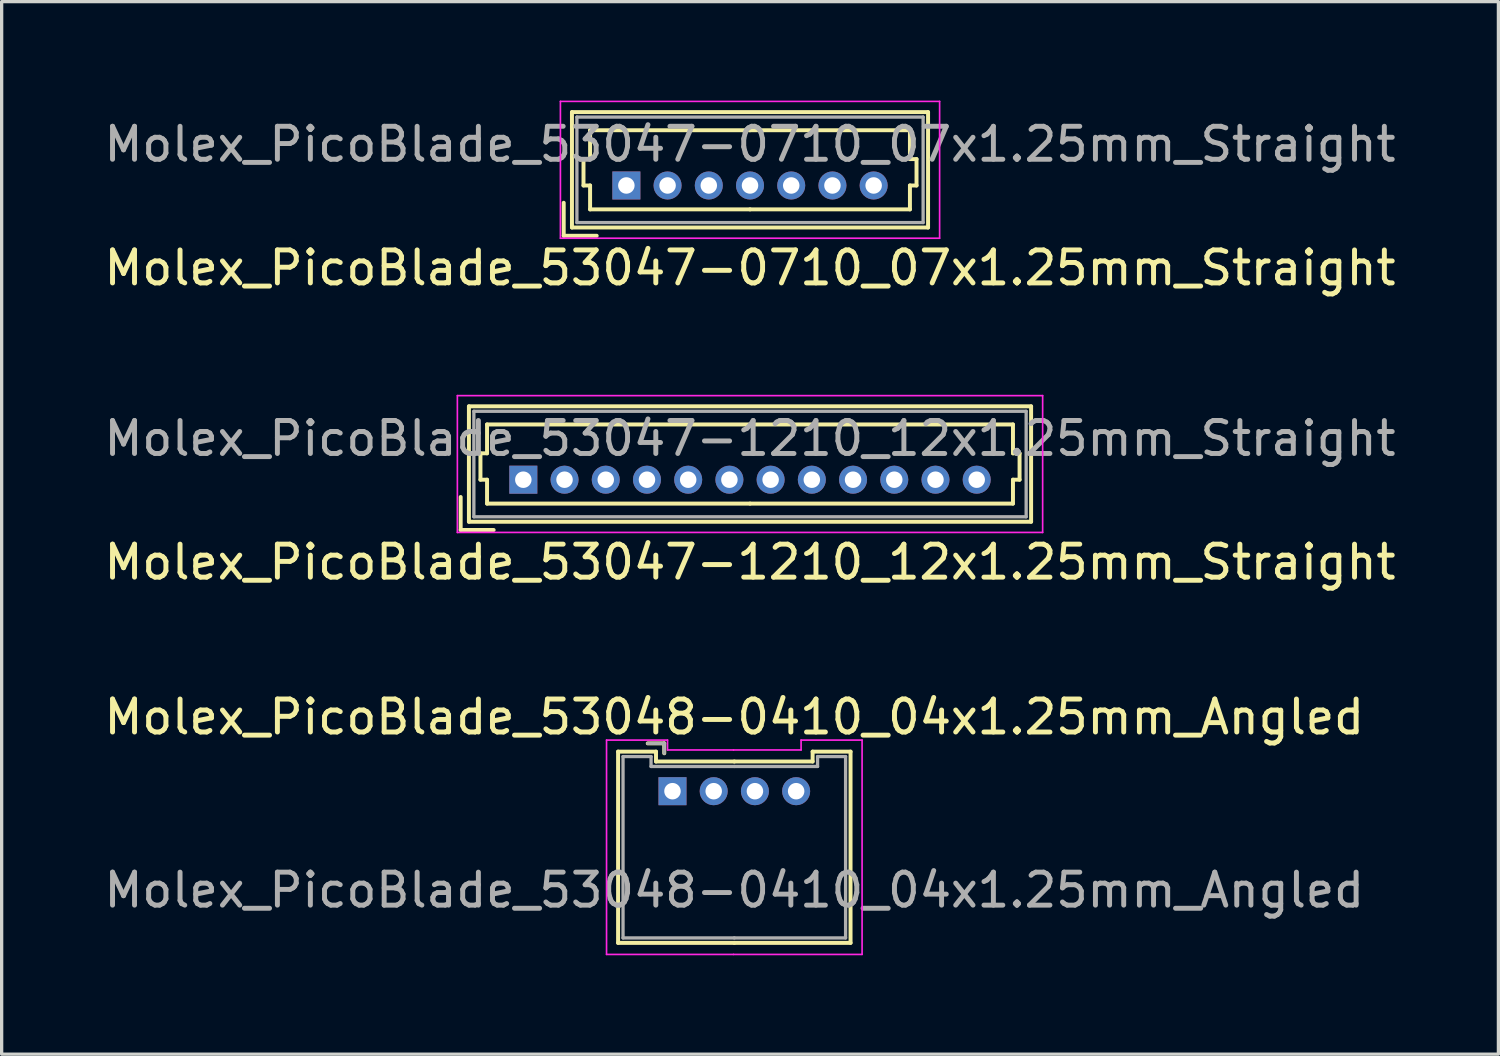
<source format=kicad_pcb>
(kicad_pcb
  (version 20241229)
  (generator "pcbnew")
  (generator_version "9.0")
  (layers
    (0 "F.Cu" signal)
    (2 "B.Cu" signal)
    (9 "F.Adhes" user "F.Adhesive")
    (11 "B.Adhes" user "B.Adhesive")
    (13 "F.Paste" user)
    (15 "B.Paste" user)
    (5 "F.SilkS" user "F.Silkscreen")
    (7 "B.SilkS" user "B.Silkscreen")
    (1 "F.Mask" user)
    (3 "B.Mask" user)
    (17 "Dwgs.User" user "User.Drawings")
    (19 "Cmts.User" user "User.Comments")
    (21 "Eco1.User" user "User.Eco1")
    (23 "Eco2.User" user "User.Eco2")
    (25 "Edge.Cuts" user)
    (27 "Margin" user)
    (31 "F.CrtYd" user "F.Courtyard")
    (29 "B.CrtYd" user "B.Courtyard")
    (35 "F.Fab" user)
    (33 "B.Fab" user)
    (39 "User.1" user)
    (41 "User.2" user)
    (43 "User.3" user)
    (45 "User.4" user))
  (footprint "Molex_PicoBlade_53047-1210_12x1.25mm_Straight"
    (layer "F.Cu")
    (at 12.821 11.498)
    (property "Reference" "Molex_PicoBlade_53047-1210_12x1.25mm_Straight" (at 6.875 2.5 0) (layer "F.SilkS") (effects (font (size 1 1) (thickness 0.15))))
    (attr through_hole)
    (fp_line (start -1.9 1.525) (end -1.9 0.525) (stroke (width 0.12) (type solid)) (layer "F.SilkS"))
    (fp_line (start -1.9 1.525) (end -0.9 1.525) (stroke (width 0.12) (type solid)) (layer "F.SilkS"))
    (fp_line (start -1.65 -2.225) (end -1.65 1.275) (stroke (width 0.12) (type solid)) (layer "F.SilkS"))
    (fp_line (start -1.65 1.275) (end 15.4 1.275) (stroke (width 0.12) (type solid)) (layer "F.SilkS"))
    (fp_line (start -1.3 -0.8) (end -1.1 -0.8) (stroke (width 0.12) (type solid)) (layer "F.SilkS"))
    (fp_line (start -1.3 0) (end -1.3 -0.8) (stroke (width 0.12) (type solid)) (layer "F.SilkS"))
    (fp_line (start -1.1 -1.675) (end 6.875 -1.675) (stroke (width 0.12) (type solid)) (layer "F.SilkS"))
    (fp_line (start -1.1 -0.8) (end -1.1 -1.675) (stroke (width 0.12) (type solid)) (layer "F.SilkS"))
    (fp_line (start -1.1 0) (end -1.3 0) (stroke (width 0.12) (type solid)) (layer "F.SilkS"))
    (fp_line (start -1.1 0.725) (end -1.1 0) (stroke (width 0.12) (type solid)) (layer "F.SilkS"))
    (fp_line (start 6.875 0.725) (end -1.1 0.725) (stroke (width 0.12) (type solid)) (layer "F.SilkS"))
    (fp_line (start 6.875 0.725) (end 14.85 0.725) (stroke (width 0.12) (type solid)) (layer "F.SilkS"))
    (fp_line (start 14.85 -1.675) (end 6.875 -1.675) (stroke (width 0.12) (type solid)) (layer "F.SilkS"))
    (fp_line (start 14.85 -0.8) (end 14.85 -1.675) (stroke (width 0.12) (type solid)) (layer "F.SilkS"))
    (fp_line (start 14.85 0) (end 15.05 0) (stroke (width 0.12) (type solid)) (layer "F.SilkS"))
    (fp_line (start 14.85 0.725) (end 14.85 0) (stroke (width 0.12) (type solid)) (layer "F.SilkS"))
    (fp_line (start 15.05 -0.8) (end 14.85 -0.8) (stroke (width 0.12) (type solid)) (layer "F.SilkS"))
    (fp_line (start 15.05 0) (end 15.05 -0.8) (stroke (width 0.12) (type solid)) (layer "F.SilkS"))
    (fp_line (start 15.4 -2.225) (end -1.65 -2.225) (stroke (width 0.12) (type solid)) (layer "F.SilkS"))
    (fp_line (start 15.4 1.275) (end 15.4 -2.225) (stroke (width 0.12) (type solid)) (layer "F.SilkS"))
    (fp_line (start -2 -2.55) (end -2 1.6) (stroke (width 0.05) (type solid)) (layer "F.CrtYd"))
    (fp_line (start -2 1.6) (end 15.75 1.6) (stroke (width 0.05) (type solid)) (layer "F.CrtYd"))
    (fp_line (start 15.75 -2.55) (end -2 -2.55) (stroke (width 0.05) (type solid)) (layer "F.CrtYd"))
    (fp_line (start 15.75 1.6) (end 15.75 -2.55) (stroke (width 0.05) (type solid)) (layer "F.CrtYd"))
    (fp_line (start -1.5 -2.075) (end -1.5 1.125) (stroke (width 0.1) (type solid)) (layer "F.Fab"))
    (fp_line (start -1.5 1.125) (end 15.25 1.125) (stroke (width 0.1) (type solid)) (layer "F.Fab"))
    (fp_line (start 15.25 -2.075) (end -1.5 -2.075) (stroke (width 0.1) (type solid)) (layer "F.Fab"))
    (fp_line (start 15.25 1.125) (end 15.25 -2.075) (stroke (width 0.1) (type solid)) (layer "F.Fab"))
    (fp_text user "${REFERENCE}" (at 6.875 -1.25 0) (layer "F.Fab") (effects (font (size 1 1) (thickness 0.15))))
    (pad "1" thru_hole rect (at 0 0) (size 0.85 0.85) (drill 0.5) (layers "*.Cu" "*.Mask"))
    (pad "2" thru_hole circle (at 1.25 0) (size 0.85 0.85) (drill 0.5) (layers "*.Cu" "*.Mask"))
    (pad "3" thru_hole circle (at 2.5 0) (size 0.85 0.85) (drill 0.5) (layers "*.Cu" "*.Mask"))
    (pad "4" thru_hole circle (at 3.75 0) (size 0.85 0.85) (drill 0.5) (layers "*.Cu" "*.Mask"))
    (pad "5" thru_hole circle (at 5 0) (size 0.85 0.85) (drill 0.5) (layers "*.Cu" "*.Mask"))
    (pad "6" thru_hole circle (at 6.25 0) (size 0.85 0.85) (drill 0.5) (layers "*.Cu" "*.Mask"))
    (pad "7" thru_hole circle (at 7.5 0) (size 0.85 0.85) (drill 0.5) (layers "*.Cu" "*.Mask"))
    (pad "8" thru_hole circle (at 8.75 0) (size 0.85 0.85) (drill 0.5) (layers "*.Cu" "*.Mask"))
    (pad "9" thru_hole circle (at 10 0) (size 0.85 0.85) (drill 0.5) (layers "*.Cu" "*.Mask"))
    (pad "10" thru_hole circle (at 11.25 0) (size 0.85 0.85) (drill 0.5) (layers "*.Cu" "*.Mask"))
    (pad "11" thru_hole circle (at 12.5 0) (size 0.85 0.85) (drill 0.5) (layers "*.Cu" "*.Mask"))
    (pad "12" thru_hole circle (at 13.75 0) (size 0.85 0.85) (drill 0.5) (layers "*.Cu" "*.Mask")))
  (footprint "Molex_PicoBlade_53048-0410_04x1.25mm_Angled"
    (layer "F.Cu")
    (at 17.345 20.945)
    (property "Reference" "Molex_PicoBlade_53048-0410_04x1.25mm_Angled" (at 1.875 -2.25 0) (layer "F.SilkS") (effects (font (size 1 1) (thickness 0.15))))
    (attr through_hole)
    (fp_line (start -1.65 -1.2) (end -1.65 4.6) (stroke (width 0.12) (type solid)) (layer "F.SilkS"))
    (fp_line (start -1.65 4.6) (end 1.875 4.6) (stroke (width 0.12) (type solid)) (layer "F.SilkS"))
    (fp_line (start -0.5 -1.2) (end -1.65 -1.2) (stroke (width 0.12) (type solid)) (layer "F.SilkS"))
    (fp_line (start -0.5 -0.9) (end -0.5 -1.2) (stroke (width 0.12) (type solid)) (layer "F.SilkS"))
    (fp_line (start -0.25 -1.45) (end -0.75 -1.45) (stroke (width 0.12) (type solid)) (layer "F.SilkS"))
    (fp_line (start -0.25 -1.15) (end -0.25 -1.45) (stroke (width 0.12) (type solid)) (layer "F.SilkS"))
    (fp_line (start 1.875 -0.9) (end -0.5 -0.9) (stroke (width 0.12) (type solid)) (layer "F.SilkS"))
    (fp_line (start 1.875 -0.9) (end 4.25 -0.9) (stroke (width 0.12) (type solid)) (layer "F.SilkS"))
    (fp_line (start 4.25 -1.2) (end 5.4 -1.2) (stroke (width 0.12) (type solid)) (layer "F.SilkS"))
    (fp_line (start 4.25 -0.9) (end 4.25 -1.2) (stroke (width 0.12) (type solid)) (layer "F.SilkS"))
    (fp_line (start 5.4 -1.2) (end 5.4 4.6) (stroke (width 0.12) (type solid)) (layer "F.SilkS"))
    (fp_line (start 5.4 4.6) (end 1.875 4.6) (stroke (width 0.12) (type solid)) (layer "F.SilkS"))
    (fp_line (start -2 -1.55) (end -2 4.95) (stroke (width 0.05) (type solid)) (layer "F.CrtYd"))
    (fp_line (start -2 4.95) (end 1.85 4.95) (stroke (width 0.05) (type solid)) (layer "F.CrtYd"))
    (fp_line (start -0.15 -1.55) (end -2 -1.55) (stroke (width 0.05) (type solid)) (layer "F.CrtYd"))
    (fp_line (start -0.15 -1.25) (end -0.15 -1.55) (stroke (width 0.05) (type solid)) (layer "F.CrtYd"))
    (fp_line (start 1.85 -1.25) (end -0.15 -1.25) (stroke (width 0.05) (type solid)) (layer "F.CrtYd"))
    (fp_line (start 1.85 -1.25) (end 3.9 -1.25) (stroke (width 0.05) (type solid)) (layer "F.CrtYd"))
    (fp_line (start 3.9 -1.55) (end 5.75 -1.55) (stroke (width 0.05) (type solid)) (layer "F.CrtYd"))
    (fp_line (start 3.9 -1.25) (end 3.9 -1.55) (stroke (width 0.05) (type solid)) (layer "F.CrtYd"))
    (fp_line (start 5.75 -1.55) (end 5.75 4.95) (stroke (width 0.05) (type solid)) (layer "F.CrtYd"))
    (fp_line (start 5.75 4.95) (end 1.85 4.95) (stroke (width 0.05) (type solid)) (layer "F.CrtYd"))
    (fp_line (start -1.5 -1.05) (end -1.5 4.45) (stroke (width 0.1) (type solid)) (layer "F.Fab"))
    (fp_line (start -1.5 4.45) (end 1.875 4.45) (stroke (width 0.1) (type solid)) (layer "F.Fab"))
    (fp_line (start -0.65 -1.05) (end -1.5 -1.05) (stroke (width 0.1) (type solid)) (layer "F.Fab"))
    (fp_line (start -0.65 -0.75) (end -0.65 -1.05) (stroke (width 0.1) (type solid)) (layer "F.Fab"))
    (fp_line (start -0.25 -1.45) (end -0.75 -1.45) (stroke (width 0.1) (type solid)) (layer "F.Fab"))
    (fp_line (start -0.25 -1.15) (end -0.25 -1.45) (stroke (width 0.1) (type solid)) (layer "F.Fab"))
    (fp_line (start 1.875 -0.75) (end -0.65 -0.75) (stroke (width 0.1) (type solid)) (layer "F.Fab"))
    (fp_line (start 1.875 -0.75) (end 4.4 -0.75) (stroke (width 0.1) (type solid)) (layer "F.Fab"))
    (fp_line (start 4.4 -1.05) (end 5.25 -1.05) (stroke (width 0.1) (type solid)) (layer "F.Fab"))
    (fp_line (start 4.4 -0.75) (end 4.4 -1.05) (stroke (width 0.1) (type solid)) (layer "F.Fab"))
    (fp_line (start 5.25 -1.05) (end 5.25 4.45) (stroke (width 0.1) (type solid)) (layer "F.Fab"))
    (fp_line (start 5.25 4.45) (end 1.875 4.45) (stroke (width 0.1) (type solid)) (layer "F.Fab"))
    (fp_text user "${REFERENCE}" (at 1.875 3 0) (layer "F.Fab") (effects (font (size 1 1) (thickness 0.15))))
    (pad "1" thru_hole rect (at 0 0) (size 0.85 0.85) (drill 0.5) (layers "*.Cu" "*.Mask"))
    (pad "2" thru_hole circle (at 1.25 0) (size 0.85 0.85) (drill 0.5) (layers "*.Cu" "*.Mask"))
    (pad "3" thru_hole circle (at 2.5 0) (size 0.85 0.85) (drill 0.5) (layers "*.Cu" "*.Mask"))
    (pad "4" thru_hole circle (at 3.75 0) (size 0.85 0.85) (drill 0.5) (layers "*.Cu" "*.Mask")))
  (footprint "Molex_PicoBlade_53047-0710_07x1.25mm_Straight"
    (layer "F.Cu")
    (at 15.946 2.575)
    (property "Reference" "Molex_PicoBlade_53047-0710_07x1.25mm_Straight" (at 3.75 2.5 0) (layer "F.SilkS") (effects (font (size 1 1) (thickness 0.15))))
    (attr through_hole)
    (fp_line (start -1.9 1.525) (end -1.9 0.525) (stroke (width 0.12) (type solid)) (layer "F.SilkS"))
    (fp_line (start -1.9 1.525) (end -0.9 1.525) (stroke (width 0.12) (type solid)) (layer "F.SilkS"))
    (fp_line (start -1.65 -2.225) (end -1.65 1.275) (stroke (width 0.12) (type solid)) (layer "F.SilkS"))
    (fp_line (start -1.65 1.275) (end 9.15 1.275) (stroke (width 0.12) (type solid)) (layer "F.SilkS"))
    (fp_line (start -1.3 -0.8) (end -1.1 -0.8) (stroke (width 0.12) (type solid)) (layer "F.SilkS"))
    (fp_line (start -1.3 0) (end -1.3 -0.8) (stroke (width 0.12) (type solid)) (layer "F.SilkS"))
    (fp_line (start -1.1 -1.675) (end 3.75 -1.675) (stroke (width 0.12) (type solid)) (layer "F.SilkS"))
    (fp_line (start -1.1 -0.8) (end -1.1 -1.675) (stroke (width 0.12) (type solid)) (layer "F.SilkS"))
    (fp_line (start -1.1 0) (end -1.3 0) (stroke (width 0.12) (type solid)) (layer "F.SilkS"))
    (fp_line (start -1.1 0.725) (end -1.1 0) (stroke (width 0.12) (type solid)) (layer "F.SilkS"))
    (fp_line (start 3.75 0.725) (end -1.1 0.725) (stroke (width 0.12) (type solid)) (layer "F.SilkS"))
    (fp_line (start 3.75 0.725) (end 8.6 0.725) (stroke (width 0.12) (type solid)) (layer "F.SilkS"))
    (fp_line (start 8.6 -1.675) (end 3.75 -1.675) (stroke (width 0.12) (type solid)) (layer "F.SilkS"))
    (fp_line (start 8.6 -0.8) (end 8.6 -1.675) (stroke (width 0.12) (type solid)) (layer "F.SilkS"))
    (fp_line (start 8.6 0) (end 8.8 0) (stroke (width 0.12) (type solid)) (layer "F.SilkS"))
    (fp_line (start 8.6 0.725) (end 8.6 0) (stroke (width 0.12) (type solid)) (layer "F.SilkS"))
    (fp_line (start 8.8 -0.8) (end 8.6 -0.8) (stroke (width 0.12) (type solid)) (layer "F.SilkS"))
    (fp_line (start 8.8 0) (end 8.8 -0.8) (stroke (width 0.12) (type solid)) (layer "F.SilkS"))
    (fp_line (start 9.15 -2.225) (end -1.65 -2.225) (stroke (width 0.12) (type solid)) (layer "F.SilkS"))
    (fp_line (start 9.15 1.275) (end 9.15 -2.225) (stroke (width 0.12) (type solid)) (layer "F.SilkS"))
    (fp_line (start -2 -2.55) (end -2 1.6) (stroke (width 0.05) (type solid)) (layer "F.CrtYd"))
    (fp_line (start -2 1.6) (end 9.5 1.6) (stroke (width 0.05) (type solid)) (layer "F.CrtYd"))
    (fp_line (start 9.5 -2.55) (end -2 -2.55) (stroke (width 0.05) (type solid)) (layer "F.CrtYd"))
    (fp_line (start 9.5 1.6) (end 9.5 -2.55) (stroke (width 0.05) (type solid)) (layer "F.CrtYd"))
    (fp_line (start -1.5 -2.075) (end -1.5 1.125) (stroke (width 0.1) (type solid)) (layer "F.Fab"))
    (fp_line (start -1.5 1.125) (end 9 1.125) (stroke (width 0.1) (type solid)) (layer "F.Fab"))
    (fp_line (start 9 -2.075) (end -1.5 -2.075) (stroke (width 0.1) (type solid)) (layer "F.Fab"))
    (fp_line (start 9 1.125) (end 9 -2.075) (stroke (width 0.1) (type solid)) (layer "F.Fab"))
    (fp_text user "${REFERENCE}" (at 3.75 -1.25 0) (layer "F.Fab") (effects (font (size 1 1) (thickness 0.15))))
    (pad "1" thru_hole rect (at 0 0) (size 0.85 0.85) (drill 0.5) (layers "*.Cu" "*.Mask"))
    (pad "2" thru_hole circle (at 1.25 0) (size 0.85 0.85) (drill 0.5) (layers "*.Cu" "*.Mask"))
    (pad "3" thru_hole circle (at 2.5 0) (size 0.85 0.85) (drill 0.5) (layers "*.Cu" "*.Mask"))
    (pad "4" thru_hole circle (at 3.75 0) (size 0.85 0.85) (drill 0.5) (layers "*.Cu" "*.Mask"))
    (pad "5" thru_hole circle (at 5 0) (size 0.85 0.85) (drill 0.5) (layers "*.Cu" "*.Mask"))
    (pad "6" thru_hole circle (at 6.25 0) (size 0.85 0.85) (drill 0.5) (layers "*.Cu" "*.Mask"))
    (pad "7" thru_hole circle (at 7.5 0) (size 0.85 0.85) (drill 0.5) (layers "*.Cu" "*.Mask")))
  (gr_rect
    (start -3 -3)
    (end 42.393 28.92)
    (stroke (width 0.1) (type default))
    (fill no)
    (layer "Edge.Cuts")))
</source>
